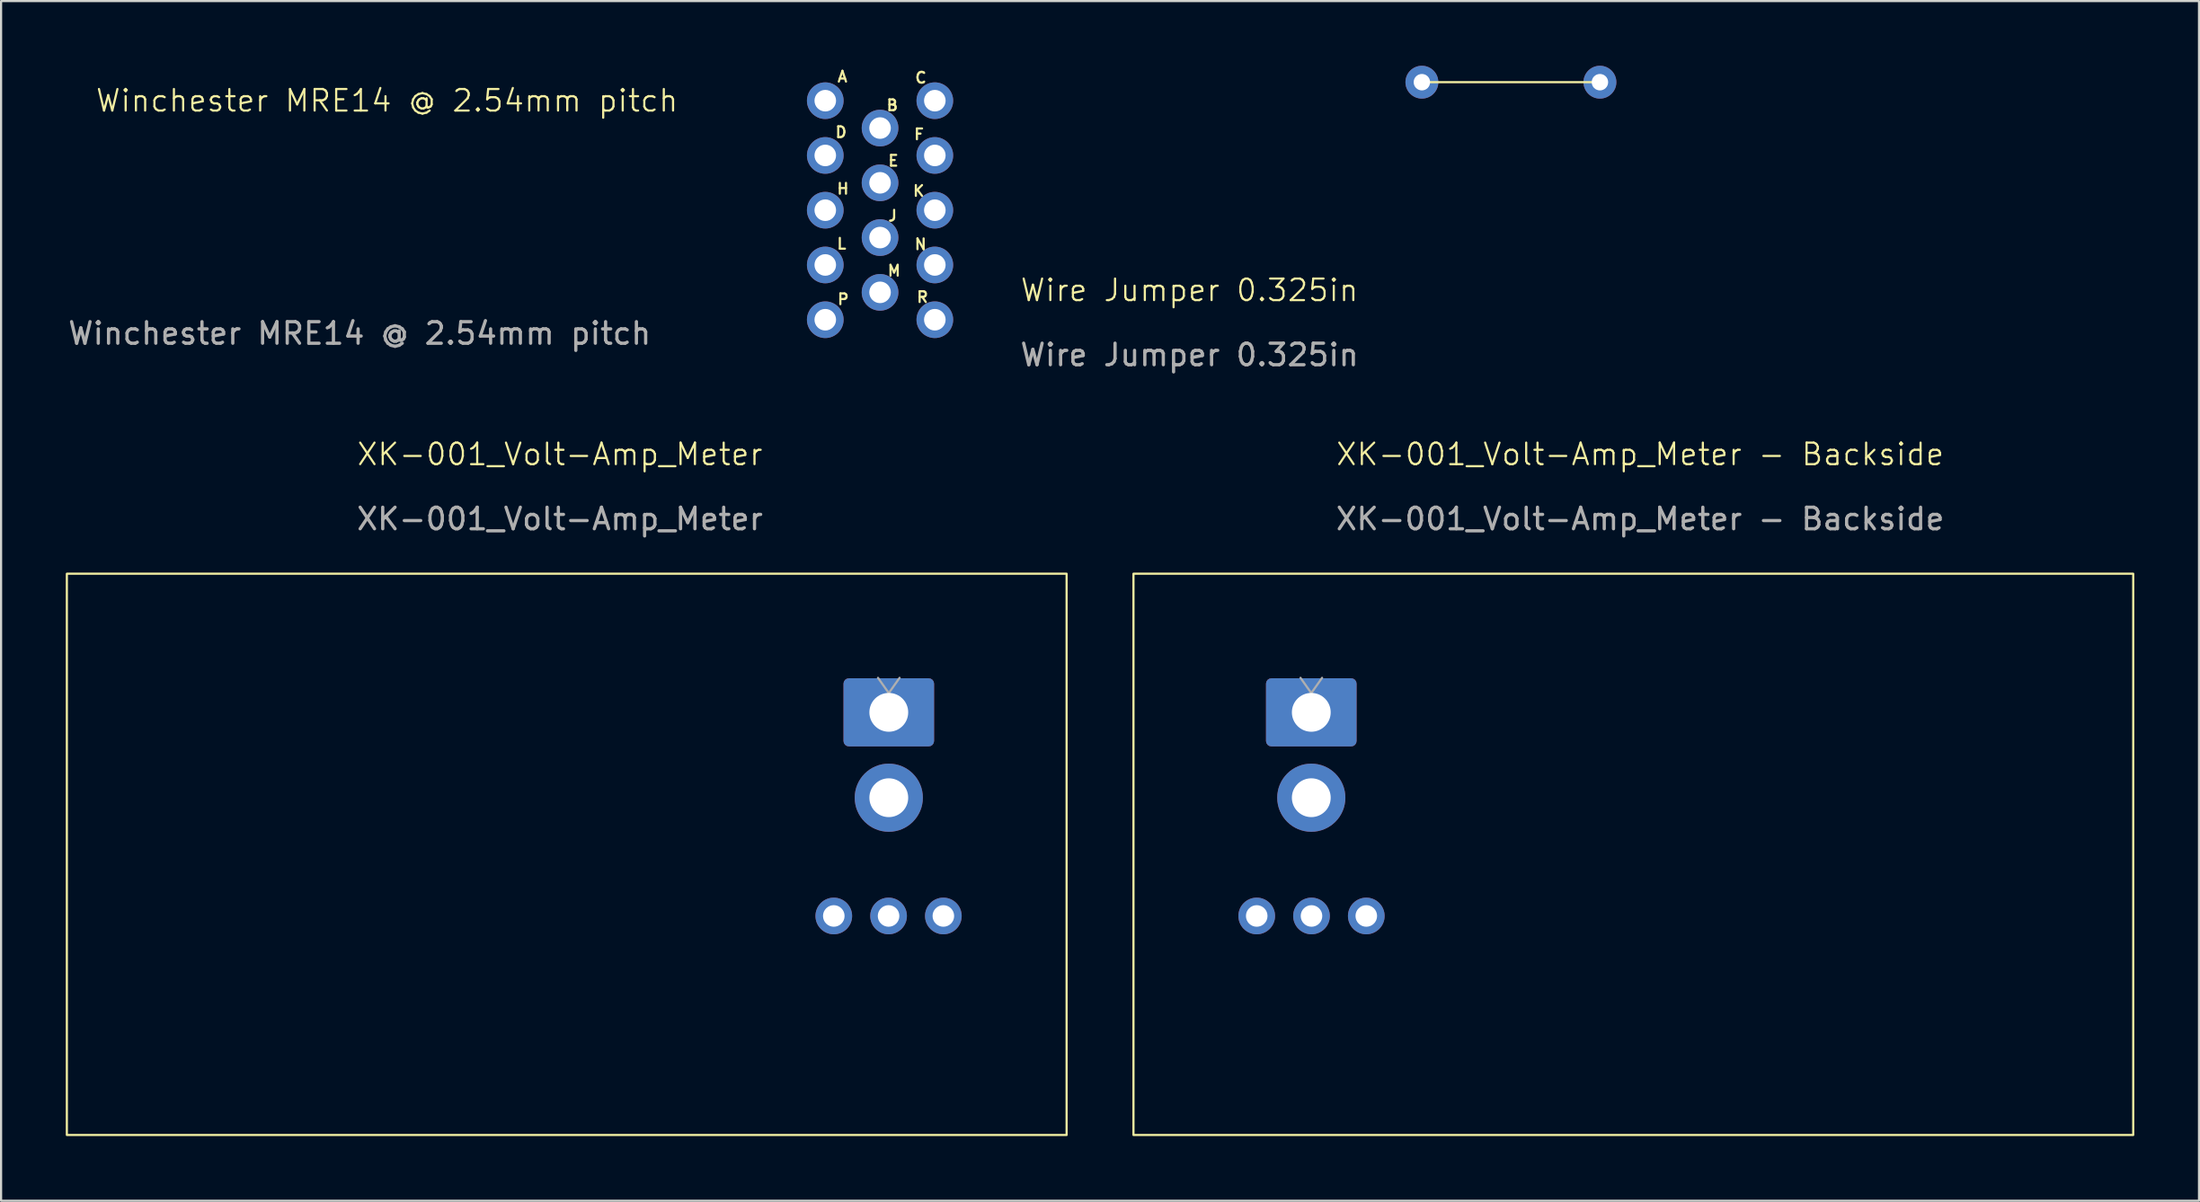
<source format=kicad_pcb>
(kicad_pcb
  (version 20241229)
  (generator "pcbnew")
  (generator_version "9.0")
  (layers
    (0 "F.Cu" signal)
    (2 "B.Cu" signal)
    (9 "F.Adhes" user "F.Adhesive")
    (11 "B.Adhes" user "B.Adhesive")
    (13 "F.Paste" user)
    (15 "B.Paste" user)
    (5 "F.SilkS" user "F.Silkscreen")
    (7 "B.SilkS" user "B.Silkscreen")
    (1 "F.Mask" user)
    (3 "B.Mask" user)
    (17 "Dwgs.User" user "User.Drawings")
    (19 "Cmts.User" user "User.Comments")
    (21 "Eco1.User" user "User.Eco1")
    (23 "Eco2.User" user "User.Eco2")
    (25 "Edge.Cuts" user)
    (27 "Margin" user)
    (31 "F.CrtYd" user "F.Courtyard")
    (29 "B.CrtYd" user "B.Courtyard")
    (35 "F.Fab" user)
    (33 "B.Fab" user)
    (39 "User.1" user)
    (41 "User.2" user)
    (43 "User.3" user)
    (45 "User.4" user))
  (footprint "XK-001_Volt-Amp_Meter"
    (layer "F.Cu")
    (at 22.91 36.261)
    (property "Reference" "XK-001_Volt-Amp_Meter" (at 0 -18.24 0) (unlocked yes) (layer "F.SilkS") (effects (font (size 1 1) (thickness 0.1))))
    (attr through_hole)
    (fp_rect (start -22.86 -12.7) (end 23.495 13.335) (stroke (width 0.1) (type default)) (fill no) (layer "F.SilkS"))
    (fp_line (start 15.25 -7.163) (end 14.75 -7.87) (stroke (width 0.1) (type solid)) (layer "F.Fab"))
    (fp_line (start 15.75 -7.87) (end 15.25 -7.163) (stroke (width 0.1) (type solid)) (layer "F.Fab"))
    (fp_text user "${REFERENCE}" (at 0 -15.24 0) (unlocked yes) (layer "F.Fab") (effects (font (size 1 1) (thickness 0.15))))
    (pad "1" thru_hole oval (at 17.78 3.175 270) (size 1.7 1.7) (drill 1) (layers "*.Cu" "*.Mask"))
    (pad "2" thru_hole oval (at 15.24 3.175 270) (size 1.7 1.7) (drill 1) (layers "*.Cu" "*.Mask"))
    (pad "3" thru_hole oval (at 12.7 3.175 270) (size 1.7 1.7) (drill 1) (layers "*.Cu" "*.Mask"))
    (pad "4" thru_hole roundrect (at 15.25 -6.27 270) (size 3.16 4.2) (drill 1.8) (layers "*.Cu" "*.Mask") (roundrect_rratio 0.079))
    (pad "5" thru_hole circle (at 15.25 -2.31 270) (size 3.16 3.16) (drill 1.8) (layers "*.Cu" "*.Mask")))
  (footprint "XK-001_Volt-Amp_Meter - Backside"
    (layer "F.Cu")
    (at 73 36.261)
    (property "Reference" "XK-001_Volt-Amp_Meter - Backside" (at 0 -18.24 0) (unlocked yes) (layer "F.SilkS") (effects (font (size 1 1) (thickness 0.1))))
    (attr through_hole)
    (fp_rect (start 22.86 -12.7) (end -23.495 13.335) (stroke (width 0.1) (type default)) (fill no) (layer "F.SilkS"))
    (fp_line (start -15.75 -7.87) (end -15.25 -7.163) (stroke (width 0.1) (type solid)) (layer "F.Fab"))
    (fp_line (start -15.25 -7.163) (end -14.75 -7.87) (stroke (width 0.1) (type solid)) (layer "F.Fab"))
    (fp_text user "${REFERENCE}" (at 0 -15.24 0) (unlocked yes) (layer "F.Fab") (effects (font (size 1 1) (thickness 0.15))))
    (pad "1" thru_hole oval (at -17.78 3.175 90) (size 1.7 1.7) (drill 1) (layers "*.Cu" "*.Mask"))
    (pad "2" thru_hole oval (at -15.24 3.175 90) (size 1.7 1.7) (drill 1) (layers "*.Cu" "*.Mask"))
    (pad "3" thru_hole oval (at -12.7 3.175 90) (size 1.7 1.7) (drill 1) (layers "*.Cu" "*.Mask"))
    (pad "4" thru_hole roundrect (at -15.25 -6.27 90) (size 3.16 4.2) (drill 1.8) (layers "*.Cu" "*.Mask") (roundrect_rratio 0.079))
    (pad "5" thru_hole circle (at -15.25 -2.31 90) (size 3.16 3.16) (drill 1.8) (layers "*.Cu" "*.Mask")))
  (footprint "Wire Jumper 0.325in"
    (layer "F.Cu")
    (at 67.323 3.302)
    (property "Reference" "Wire Jumper 0.325in" (at -15.22 7.11 0) (unlocked yes) (layer "F.SilkS") (effects (font (size 1 1) (thickness 0.1))))
    (attr through_hole)
    (fp_line (start -4.445 -2.54) (end 3.81 -2.54) (stroke (width 0.1) (type default)) (layer "F.SilkS"))
    (fp_text user "${REFERENCE}" (at -15.22 10.11 0) (unlocked yes) (layer "F.Fab") (effects (font (size 1 1) (thickness 0.15))))
    (pad "1" thru_hole circle (at -4.445 -2.54) (size 1.524 1.524) (drill 0.762) (layers "*.Cu" "*.Mask"))
    (pad "2" thru_hole circle (at 3.81 -2.54) (size 1.524 1.524) (drill 0.762) (layers "*.Cu" "*.Mask")))
  (footprint "Winchester MRE14 @ 2.54mm pitch"
    (layer "F.Cu")
    (at 37.755 6.7)
    (property "Reference" "Winchester MRE14 @ 2.54mm pitch" (at -22.86 -5.08 0) (unlocked yes) (layer "F.SilkS") (effects (font (size 1 1) (thickness 0.1))))
    (attr through_hole)
    (fp_text user "R" (at 1.65 4.325 0) (unlocked yes) (layer "F.SilkS") (effects (font (size 0.5 0.5) (thickness 0.1)) (justify left bottom)))
    (fp_text user "B" (at 0.25 -4.575 0) (unlocked yes) (layer "F.SilkS") (effects (font (size 0.5 0.5) (thickness 0.1)) (justify left bottom)))
    (fp_text user "A" (at -2.025 -5.9 0) (unlocked yes) (layer "F.SilkS") (effects (font (size 0.5 0.5) (thickness 0.1)) (justify left bottom)))
    (fp_text user "M" (at 0.3 3.1 0) (unlocked yes) (layer "F.SilkS") (effects (font (size 0.5 0.5) (thickness 0.1)) (justify left bottom)))
    (fp_text user "F" (at 1.525 -3.225 0) (unlocked yes) (layer "F.SilkS") (effects (font (size 0.5 0.5) (thickness 0.1)) (justify left bottom)))
    (fp_text user "K" (at 1.475 -0.6 0) (unlocked yes) (layer "F.SilkS") (effects (font (size 0.5 0.5) (thickness 0.1)) (justify left bottom)))
    (fp_text user "H" (at -2.05 -0.7 0) (unlocked yes) (layer "F.SilkS") (effects (font (size 0.5 0.5) (thickness 0.1)) (justify left bottom)))
    (fp_text user "N" (at 1.55 1.875 0) (unlocked yes) (layer "F.SilkS") (effects (font (size 0.5 0.5) (thickness 0.1)) (justify left bottom)))
    (fp_text user "P" (at -2.025 4.425 0) (unlocked yes) (layer "F.SilkS") (effects (font (size 0.5 0.5) (thickness 0.1)) (justify left bottom)))
    (fp_text user "C" (at 1.575 -5.85 0) (unlocked yes) (layer "F.SilkS") (effects (font (size 0.5 0.5) (thickness 0.1)) (justify left bottom)))
    (fp_text user "J" (at 0.325 0.55 0) (unlocked yes) (layer "F.SilkS") (effects (font (size 0.5 0.5) (thickness 0.1)) (justify left bottom)))
    (fp_text user "E" (at 0.325 -2 0) (unlocked yes) (layer "F.SilkS") (effects (font (size 0.5 0.5) (thickness 0.1)) (justify left bottom)))
    (fp_text user "L" (at -2.05 1.85 0) (unlocked yes) (layer "F.SilkS") (effects (font (size 0.5 0.5) (thickness 0.1)) (justify left bottom)))
    (fp_text user "D" (at -2.125 -3.325 0) (unlocked yes) (layer "F.SilkS") (effects (font (size 0.5 0.5) (thickness 0.1)) (justify left bottom)))
    (fp_text user "${REFERENCE}" (at -24.13 5.715 0) (unlocked yes) (layer "F.Fab") (effects (font (size 1 1) (thickness 0.15))))
    (pad "A" thru_hole oval (at -2.54 -5.08 270) (size 1.7 1.7) (drill 1) (layers "*.Cu" "*.Mask"))
    (pad "B" thru_hole oval (at 0 -3.81 270) (size 1.7 1.7) (drill 1) (layers "*.Cu" "*.Mask"))
    (pad "C" thru_hole oval (at 2.54 -5.08 270) (size 1.7 1.7) (drill 1) (layers "*.Cu" "*.Mask"))
    (pad "D" thru_hole oval (at -2.54 -2.54 270) (size 1.7 1.7) (drill 1) (layers "*.Cu" "*.Mask"))
    (pad "E" thru_hole oval (at 0 -1.27 270) (size 1.7 1.7) (drill 1) (layers "*.Cu" "*.Mask"))
    (pad "F" thru_hole oval (at 2.54 -2.54 270) (size 1.7 1.7) (drill 1) (layers "*.Cu" "*.Mask"))
    (pad "H" thru_hole oval (at -2.54 0 270) (size 1.7 1.7) (drill 1) (layers "*.Cu" "*.Mask"))
    (pad "J" thru_hole oval (at 0 1.27 270) (size 1.7 1.7) (drill 1) (layers "*.Cu" "*.Mask"))
    (pad "K" thru_hole oval (at 2.54 0 270) (size 1.7 1.7) (drill 1) (layers "*.Cu" "*.Mask"))
    (pad "L" thru_hole oval (at -2.54 2.54 270) (size 1.7 1.7) (drill 1) (layers "*.Cu" "*.Mask"))
    (pad "M" thru_hole oval (at 0 3.81 270) (size 1.7 1.7) (drill 1) (layers "*.Cu" "*.Mask"))
    (pad "N" thru_hole oval (at 2.54 2.54 270) (size 1.7 1.7) (drill 1) (layers "*.Cu" "*.Mask"))
    (pad "P" thru_hole oval (at -2.54 5.08 270) (size 1.7 1.7) (drill 1) (layers "*.Cu" "*.Mask"))
    (pad "R" thru_hole oval (at 2.54 5.08 270) (size 1.7 1.7) (drill 1) (layers "*.Cu" "*.Mask")))
  (gr_rect
    (start -3 -3)
    (end 98.91 52.646)
    (stroke (width 0.1) (type default))
    (fill no)
    (layer "Edge.Cuts")))
</source>
